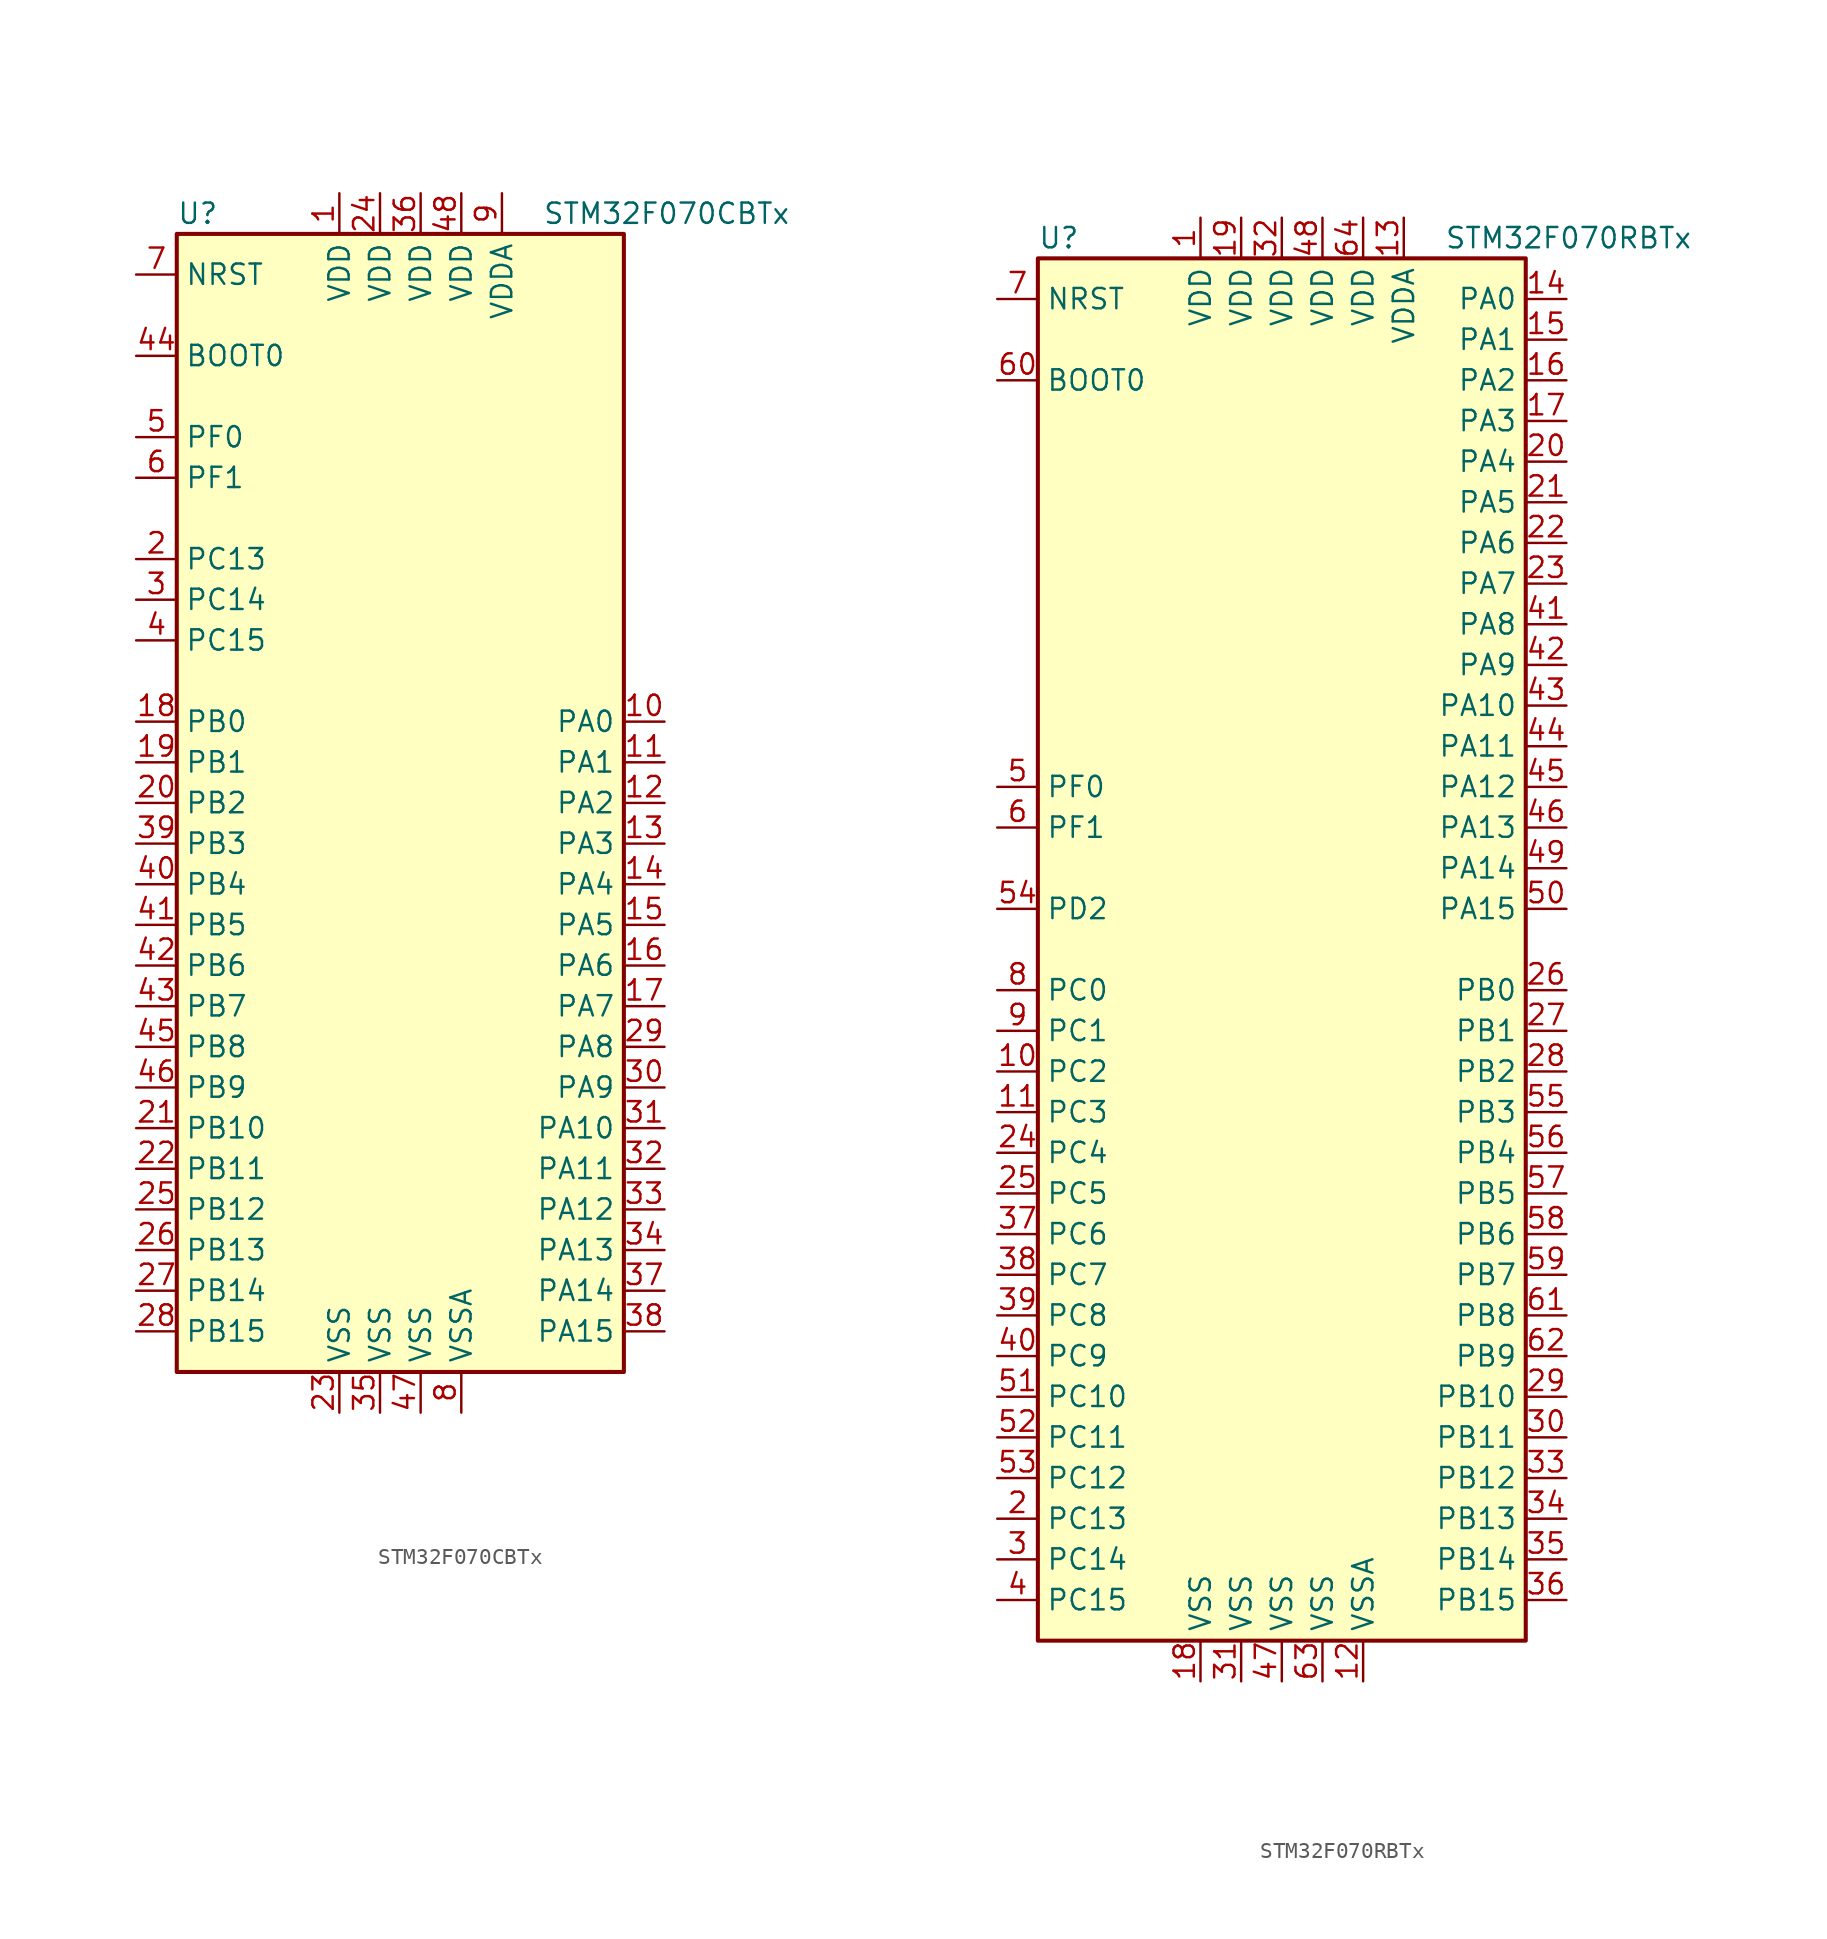
<source format=kicad_sym>
(kicad_symbol_lib
  (version 20201005)
  (generator kicad_symbol_editor)
  (symbol "STM32F070CBTx"
    (property "Reference" "U"
      (at -15.24 36.83 0)
      (effects (font (size 1.27 1.27)) (justify left)))
    (property "Value" "STM32F070CBTx"
      (at 7.62 36.83 0)
      (effects (font (size 1.27 1.27)) (justify left)))
    (symbol "STM32F070CBTx_0_1"
      (rectangle (start -15.24 -35.56) (end 12.7 35.56) (stroke (width 0.254)) (fill (type background))))
    (symbol "STM32F070CBTx_1_1"
      (pin input line (at -17.78 27.94 0) (length 2.54) (name "BOOT0" (effects (font (size 1.27 1.27)))) (number "44" (effects (font (size 1.27 1.27)))))
      (pin input line (at -17.78 33.02 0) (length 2.54) (name "NRST" (effects (font (size 1.27 1.27)))) (number "7" (effects (font (size 1.27 1.27)))))
      (pin bidirectional line (at 15.24 5.08 180) (length 2.54) (name "PA0" (effects (font (size 1.27 1.27)))) (number "10" (effects (font (size 1.27 1.27)))))
      (pin bidirectional line (at 15.24 2.54 180) (length 2.54) (name "PA1" (effects (font (size 1.27 1.27)))) (number "11" (effects (font (size 1.27 1.27)))))
      (pin bidirectional line (at 15.24 -20.32 180) (length 2.54) (name "PA10" (effects (font (size 1.27 1.27)))) (number "31" (effects (font (size 1.27 1.27)))))
      (pin bidirectional line (at 15.24 -22.86 180) (length 2.54) (name "PA11" (effects (font (size 1.27 1.27)))) (number "32" (effects (font (size 1.27 1.27)))))
      (pin bidirectional line (at 15.24 -25.4 180) (length 2.54) (name "PA12" (effects (font (size 1.27 1.27)))) (number "33" (effects (font (size 1.27 1.27)))))
      (pin bidirectional line (at 15.24 -27.94 180) (length 2.54) (name "PA13" (effects (font (size 1.27 1.27)))) (number "34" (effects (font (size 1.27 1.27)))))
      (pin bidirectional line (at 15.24 -30.48 180) (length 2.54) (name "PA14" (effects (font (size 1.27 1.27)))) (number "37" (effects (font (size 1.27 1.27)))))
      (pin bidirectional line (at 15.24 -33.02 180) (length 2.54) (name "PA15" (effects (font (size 1.27 1.27)))) (number "38" (effects (font (size 1.27 1.27)))))
      (pin bidirectional line (at 15.24 0 180) (length 2.54) (name "PA2" (effects (font (size 1.27 1.27)))) (number "12" (effects (font (size 1.27 1.27)))))
      (pin bidirectional line (at 15.24 -2.54 180) (length 2.54) (name "PA3" (effects (font (size 1.27 1.27)))) (number "13" (effects (font (size 1.27 1.27)))))
      (pin bidirectional line (at 15.24 -5.08 180) (length 2.54) (name "PA4" (effects (font (size 1.27 1.27)))) (number "14" (effects (font (size 1.27 1.27)))))
      (pin bidirectional line (at 15.24 -7.62 180) (length 2.54) (name "PA5" (effects (font (size 1.27 1.27)))) (number "15" (effects (font (size 1.27 1.27)))))
      (pin bidirectional line (at 15.24 -10.16 180) (length 2.54) (name "PA6" (effects (font (size 1.27 1.27)))) (number "16" (effects (font (size 1.27 1.27)))))
      (pin bidirectional line (at 15.24 -12.7 180) (length 2.54) (name "PA7" (effects (font (size 1.27 1.27)))) (number "17" (effects (font (size 1.27 1.27)))))
      (pin bidirectional line (at 15.24 -15.24 180) (length 2.54) (name "PA8" (effects (font (size 1.27 1.27)))) (number "29" (effects (font (size 1.27 1.27)))))
      (pin bidirectional line (at 15.24 -17.78 180) (length 2.54) (name "PA9" (effects (font (size 1.27 1.27)))) (number "30" (effects (font (size 1.27 1.27)))))
      (pin bidirectional line (at -17.78 5.08 0) (length 2.54) (name "PB0" (effects (font (size 1.27 1.27)))) (number "18" (effects (font (size 1.27 1.27)))))
      (pin bidirectional line (at -17.78 2.54 0) (length 2.54) (name "PB1" (effects (font (size 1.27 1.27)))) (number "19" (effects (font (size 1.27 1.27)))))
      (pin bidirectional line (at -17.78 -20.32 0) (length 2.54) (name "PB10" (effects (font (size 1.27 1.27)))) (number "21" (effects (font (size 1.27 1.27)))))
      (pin bidirectional line (at -17.78 -22.86 0) (length 2.54) (name "PB11" (effects (font (size 1.27 1.27)))) (number "22" (effects (font (size 1.27 1.27)))))
      (pin bidirectional line (at -17.78 -25.4 0) (length 2.54) (name "PB12" (effects (font (size 1.27 1.27)))) (number "25" (effects (font (size 1.27 1.27)))))
      (pin bidirectional line (at -17.78 -27.94 0) (length 2.54) (name "PB13" (effects (font (size 1.27 1.27)))) (number "26" (effects (font (size 1.27 1.27)))))
      (pin bidirectional line (at -17.78 -30.48 0) (length 2.54) (name "PB14" (effects (font (size 1.27 1.27)))) (number "27" (effects (font (size 1.27 1.27)))))
      (pin bidirectional line (at -17.78 -33.02 0) (length 2.54) (name "PB15" (effects (font (size 1.27 1.27)))) (number "28" (effects (font (size 1.27 1.27)))))
      (pin bidirectional line (at -17.78 0 0) (length 2.54) (name "PB2" (effects (font (size 1.27 1.27)))) (number "20" (effects (font (size 1.27 1.27)))))
      (pin bidirectional line (at -17.78 -2.54 0) (length 2.54) (name "PB3" (effects (font (size 1.27 1.27)))) (number "39" (effects (font (size 1.27 1.27)))))
      (pin bidirectional line (at -17.78 -5.08 0) (length 2.54) (name "PB4" (effects (font (size 1.27 1.27)))) (number "40" (effects (font (size 1.27 1.27)))))
      (pin bidirectional line (at -17.78 -7.62 0) (length 2.54) (name "PB5" (effects (font (size 1.27 1.27)))) (number "41" (effects (font (size 1.27 1.27)))))
      (pin bidirectional line (at -17.78 -10.16 0) (length 2.54) (name "PB6" (effects (font (size 1.27 1.27)))) (number "42" (effects (font (size 1.27 1.27)))))
      (pin bidirectional line (at -17.78 -12.7 0) (length 2.54) (name "PB7" (effects (font (size 1.27 1.27)))) (number "43" (effects (font (size 1.27 1.27)))))
      (pin bidirectional line (at -17.78 -15.24 0) (length 2.54) (name "PB8" (effects (font (size 1.27 1.27)))) (number "45" (effects (font (size 1.27 1.27)))))
      (pin bidirectional line (at -17.78 -17.78 0) (length 2.54) (name "PB9" (effects (font (size 1.27 1.27)))) (number "46" (effects (font (size 1.27 1.27)))))
      (pin bidirectional line (at -17.78 15.24 0) (length 2.54) (name "PC13" (effects (font (size 1.27 1.27)))) (number "2" (effects (font (size 1.27 1.27)))))
      (pin bidirectional line (at -17.78 12.7 0) (length 2.54) (name "PC14" (effects (font (size 1.27 1.27)))) (number "3" (effects (font (size 1.27 1.27)))))
      (pin bidirectional line (at -17.78 10.16 0) (length 2.54) (name "PC15" (effects (font (size 1.27 1.27)))) (number "4" (effects (font (size 1.27 1.27)))))
      (pin input line (at -17.78 22.86 0) (length 2.54) (name "PF0" (effects (font (size 1.27 1.27)))) (number "5" (effects (font (size 1.27 1.27)))))
      (pin input line (at -17.78 20.32 0) (length 2.54) (name "PF1" (effects (font (size 1.27 1.27)))) (number "6" (effects (font (size 1.27 1.27)))))
      (pin power_in line (at -5.08 38.1 270) (length 2.54) (name "VDD" (effects (font (size 1.27 1.27)))) (number "1" (effects (font (size 1.27 1.27)))))
      (pin power_in line (at -2.54 38.1 270) (length 2.54) (name "VDD" (effects (font (size 1.27 1.27)))) (number "24" (effects (font (size 1.27 1.27)))))
      (pin power_in line (at 0 38.1 270) (length 2.54) (name "VDD" (effects (font (size 1.27 1.27)))) (number "36" (effects (font (size 1.27 1.27)))))
      (pin power_in line (at 2.54 38.1 270) (length 2.54) (name "VDD" (effects (font (size 1.27 1.27)))) (number "48" (effects (font (size 1.27 1.27)))))
      (pin power_in line (at 5.08 38.1 270) (length 2.54) (name "VDDA" (effects (font (size 1.27 1.27)))) (number "9" (effects (font (size 1.27 1.27)))))
      (pin power_in line (at -5.08 -38.1 90) (length 2.54) (name "VSS" (effects (font (size 1.27 1.27)))) (number "23" (effects (font (size 1.27 1.27)))))
      (pin power_in line (at -2.54 -38.1 90) (length 2.54) (name "VSS" (effects (font (size 1.27 1.27)))) (number "35" (effects (font (size 1.27 1.27)))))
      (pin power_in line (at 0 -38.1 90) (length 2.54) (name "VSS" (effects (font (size 1.27 1.27)))) (number "47" (effects (font (size 1.27 1.27)))))
      (pin power_in line (at 2.54 -38.1 90) (length 2.54) (name "VSSA" (effects (font (size 1.27 1.27)))) (number "8" (effects (font (size 1.27 1.27)))))))
  (symbol "STM32F070RBTx"
    (property "Reference" "U"
      (at -15.24 44.45 0)
      (effects (font (size 1.27 1.27)) (justify left)))
    (property "Value" "STM32F070RBTx"
      (at 10.16 44.45 0)
      (effects (font (size 1.27 1.27)) (justify left)))
    (symbol "STM32F070RBTx_0_1"
      (rectangle (start -15.24 -43.18) (end 15.24 43.18) (stroke (width 0.254)) (fill (type background))))
    (symbol "STM32F070RBTx_1_1"
      (pin input line (at -17.78 35.56 0) (length 2.54) (name "BOOT0" (effects (font (size 1.27 1.27)))) (number "60" (effects (font (size 1.27 1.27)))))
      (pin input line (at -17.78 40.64 0) (length 2.54) (name "NRST" (effects (font (size 1.27 1.27)))) (number "7" (effects (font (size 1.27 1.27)))))
      (pin bidirectional line (at 17.78 40.64 180) (length 2.54) (name "PA0" (effects (font (size 1.27 1.27)))) (number "14" (effects (font (size 1.27 1.27)))))
      (pin bidirectional line (at 17.78 38.1 180) (length 2.54) (name "PA1" (effects (font (size 1.27 1.27)))) (number "15" (effects (font (size 1.27 1.27)))))
      (pin bidirectional line (at 17.78 15.24 180) (length 2.54) (name "PA10" (effects (font (size 1.27 1.27)))) (number "43" (effects (font (size 1.27 1.27)))))
      (pin bidirectional line (at 17.78 12.7 180) (length 2.54) (name "PA11" (effects (font (size 1.27 1.27)))) (number "44" (effects (font (size 1.27 1.27)))))
      (pin bidirectional line (at 17.78 10.16 180) (length 2.54) (name "PA12" (effects (font (size 1.27 1.27)))) (number "45" (effects (font (size 1.27 1.27)))))
      (pin bidirectional line (at 17.78 7.62 180) (length 2.54) (name "PA13" (effects (font (size 1.27 1.27)))) (number "46" (effects (font (size 1.27 1.27)))))
      (pin bidirectional line (at 17.78 5.08 180) (length 2.54) (name "PA14" (effects (font (size 1.27 1.27)))) (number "49" (effects (font (size 1.27 1.27)))))
      (pin bidirectional line (at 17.78 2.54 180) (length 2.54) (name "PA15" (effects (font (size 1.27 1.27)))) (number "50" (effects (font (size 1.27 1.27)))))
      (pin bidirectional line (at 17.78 35.56 180) (length 2.54) (name "PA2" (effects (font (size 1.27 1.27)))) (number "16" (effects (font (size 1.27 1.27)))))
      (pin bidirectional line (at 17.78 33.02 180) (length 2.54) (name "PA3" (effects (font (size 1.27 1.27)))) (number "17" (effects (font (size 1.27 1.27)))))
      (pin bidirectional line (at 17.78 30.48 180) (length 2.54) (name "PA4" (effects (font (size 1.27 1.27)))) (number "20" (effects (font (size 1.27 1.27)))))
      (pin bidirectional line (at 17.78 27.94 180) (length 2.54) (name "PA5" (effects (font (size 1.27 1.27)))) (number "21" (effects (font (size 1.27 1.27)))))
      (pin bidirectional line (at 17.78 25.4 180) (length 2.54) (name "PA6" (effects (font (size 1.27 1.27)))) (number "22" (effects (font (size 1.27 1.27)))))
      (pin bidirectional line (at 17.78 22.86 180) (length 2.54) (name "PA7" (effects (font (size 1.27 1.27)))) (number "23" (effects (font (size 1.27 1.27)))))
      (pin bidirectional line (at 17.78 20.32 180) (length 2.54) (name "PA8" (effects (font (size 1.27 1.27)))) (number "41" (effects (font (size 1.27 1.27)))))
      (pin bidirectional line (at 17.78 17.78 180) (length 2.54) (name "PA9" (effects (font (size 1.27 1.27)))) (number "42" (effects (font (size 1.27 1.27)))))
      (pin bidirectional line (at 17.78 -2.54 180) (length 2.54) (name "PB0" (effects (font (size 1.27 1.27)))) (number "26" (effects (font (size 1.27 1.27)))))
      (pin bidirectional line (at 17.78 -5.08 180) (length 2.54) (name "PB1" (effects (font (size 1.27 1.27)))) (number "27" (effects (font (size 1.27 1.27)))))
      (pin bidirectional line (at 17.78 -27.94 180) (length 2.54) (name "PB10" (effects (font (size 1.27 1.27)))) (number "29" (effects (font (size 1.27 1.27)))))
      (pin bidirectional line (at 17.78 -30.48 180) (length 2.54) (name "PB11" (effects (font (size 1.27 1.27)))) (number "30" (effects (font (size 1.27 1.27)))))
      (pin bidirectional line (at 17.78 -33.02 180) (length 2.54) (name "PB12" (effects (font (size 1.27 1.27)))) (number "33" (effects (font (size 1.27 1.27)))))
      (pin bidirectional line (at 17.78 -35.56 180) (length 2.54) (name "PB13" (effects (font (size 1.27 1.27)))) (number "34" (effects (font (size 1.27 1.27)))))
      (pin bidirectional line (at 17.78 -38.1 180) (length 2.54) (name "PB14" (effects (font (size 1.27 1.27)))) (number "35" (effects (font (size 1.27 1.27)))))
      (pin bidirectional line (at 17.78 -40.64 180) (length 2.54) (name "PB15" (effects (font (size 1.27 1.27)))) (number "36" (effects (font (size 1.27 1.27)))))
      (pin bidirectional line (at 17.78 -7.62 180) (length 2.54) (name "PB2" (effects (font (size 1.27 1.27)))) (number "28" (effects (font (size 1.27 1.27)))))
      (pin bidirectional line (at 17.78 -10.16 180) (length 2.54) (name "PB3" (effects (font (size 1.27 1.27)))) (number "55" (effects (font (size 1.27 1.27)))))
      (pin bidirectional line (at 17.78 -12.7 180) (length 2.54) (name "PB4" (effects (font (size 1.27 1.27)))) (number "56" (effects (font (size 1.27 1.27)))))
      (pin bidirectional line (at 17.78 -15.24 180) (length 2.54) (name "PB5" (effects (font (size 1.27 1.27)))) (number "57" (effects (font (size 1.27 1.27)))))
      (pin bidirectional line (at 17.78 -17.78 180) (length 2.54) (name "PB6" (effects (font (size 1.27 1.27)))) (number "58" (effects (font (size 1.27 1.27)))))
      (pin bidirectional line (at 17.78 -20.32 180) (length 2.54) (name "PB7" (effects (font (size 1.27 1.27)))) (number "59" (effects (font (size 1.27 1.27)))))
      (pin bidirectional line (at 17.78 -22.86 180) (length 2.54) (name "PB8" (effects (font (size 1.27 1.27)))) (number "61" (effects (font (size 1.27 1.27)))))
      (pin bidirectional line (at 17.78 -25.4 180) (length 2.54) (name "PB9" (effects (font (size 1.27 1.27)))) (number "62" (effects (font (size 1.27 1.27)))))
      (pin bidirectional line (at -17.78 -2.54 0) (length 2.54) (name "PC0" (effects (font (size 1.27 1.27)))) (number "8" (effects (font (size 1.27 1.27)))))
      (pin bidirectional line (at -17.78 -5.08 0) (length 2.54) (name "PC1" (effects (font (size 1.27 1.27)))) (number "9" (effects (font (size 1.27 1.27)))))
      (pin bidirectional line (at -17.78 -27.94 0) (length 2.54) (name "PC10" (effects (font (size 1.27 1.27)))) (number "51" (effects (font (size 1.27 1.27)))))
      (pin bidirectional line (at -17.78 -30.48 0) (length 2.54) (name "PC11" (effects (font (size 1.27 1.27)))) (number "52" (effects (font (size 1.27 1.27)))))
      (pin bidirectional line (at -17.78 -33.02 0) (length 2.54) (name "PC12" (effects (font (size 1.27 1.27)))) (number "53" (effects (font (size 1.27 1.27)))))
      (pin bidirectional line (at -17.78 -35.56 0) (length 2.54) (name "PC13" (effects (font (size 1.27 1.27)))) (number "2" (effects (font (size 1.27 1.27)))))
      (pin bidirectional line (at -17.78 -38.1 0) (length 2.54) (name "PC14" (effects (font (size 1.27 1.27)))) (number "3" (effects (font (size 1.27 1.27)))))
      (pin bidirectional line (at -17.78 -40.64 0) (length 2.54) (name "PC15" (effects (font (size 1.27 1.27)))) (number "4" (effects (font (size 1.27 1.27)))))
      (pin bidirectional line (at -17.78 -7.62 0) (length 2.54) (name "PC2" (effects (font (size 1.27 1.27)))) (number "10" (effects (font (size 1.27 1.27)))))
      (pin bidirectional line (at -17.78 -10.16 0) (length 2.54) (name "PC3" (effects (font (size 1.27 1.27)))) (number "11" (effects (font (size 1.27 1.27)))))
      (pin bidirectional line (at -17.78 -12.7 0) (length 2.54) (name "PC4" (effects (font (size 1.27 1.27)))) (number "24" (effects (font (size 1.27 1.27)))))
      (pin bidirectional line (at -17.78 -15.24 0) (length 2.54) (name "PC5" (effects (font (size 1.27 1.27)))) (number "25" (effects (font (size 1.27 1.27)))))
      (pin bidirectional line (at -17.78 -17.78 0) (length 2.54) (name "PC6" (effects (font (size 1.27 1.27)))) (number "37" (effects (font (size 1.27 1.27)))))
      (pin bidirectional line (at -17.78 -20.32 0) (length 2.54) (name "PC7" (effects (font (size 1.27 1.27)))) (number "38" (effects (font (size 1.27 1.27)))))
      (pin bidirectional line (at -17.78 -22.86 0) (length 2.54) (name "PC8" (effects (font (size 1.27 1.27)))) (number "39" (effects (font (size 1.27 1.27)))))
      (pin bidirectional line (at -17.78 -25.4 0) (length 2.54) (name "PC9" (effects (font (size 1.27 1.27)))) (number "40" (effects (font (size 1.27 1.27)))))
      (pin bidirectional line (at -17.78 2.54 0) (length 2.54) (name "PD2" (effects (font (size 1.27 1.27)))) (number "54" (effects (font (size 1.27 1.27)))))
      (pin input line (at -17.78 10.16 0) (length 2.54) (name "PF0" (effects (font (size 1.27 1.27)))) (number "5" (effects (font (size 1.27 1.27)))))
      (pin input line (at -17.78 7.62 0) (length 2.54) (name "PF1" (effects (font (size 1.27 1.27)))) (number "6" (effects (font (size 1.27 1.27)))))
      (pin power_in line (at -5.08 45.72 270) (length 2.54) (name "VDD" (effects (font (size 1.27 1.27)))) (number "1" (effects (font (size 1.27 1.27)))))
      (pin power_in line (at -2.54 45.72 270) (length 2.54) (name "VDD" (effects (font (size 1.27 1.27)))) (number "19" (effects (font (size 1.27 1.27)))))
      (pin power_in line (at 0 45.72 270) (length 2.54) (name "VDD" (effects (font (size 1.27 1.27)))) (number "32" (effects (font (size 1.27 1.27)))))
      (pin power_in line (at 2.54 45.72 270) (length 2.54) (name "VDD" (effects (font (size 1.27 1.27)))) (number "48" (effects (font (size 1.27 1.27)))))
      (pin power_in line (at 5.08 45.72 270) (length 2.54) (name "VDD" (effects (font (size 1.27 1.27)))) (number "64" (effects (font (size 1.27 1.27)))))
      (pin power_in line (at 7.62 45.72 270) (length 2.54) (name "VDDA" (effects (font (size 1.27 1.27)))) (number "13" (effects (font (size 1.27 1.27)))))
      (pin power_in line (at -5.08 -45.72 90) (length 2.54) (name "VSS" (effects (font (size 1.27 1.27)))) (number "18" (effects (font (size 1.27 1.27)))))
      (pin power_in line (at -2.54 -45.72 90) (length 2.54) (name "VSS" (effects (font (size 1.27 1.27)))) (number "31" (effects (font (size 1.27 1.27)))))
      (pin power_in line (at 0 -45.72 90) (length 2.54) (name "VSS" (effects (font (size 1.27 1.27)))) (number "47" (effects (font (size 1.27 1.27)))))
      (pin power_in line (at 2.54 -45.72 90) (length 2.54) (name "VSS" (effects (font (size 1.27 1.27)))) (number "63" (effects (font (size 1.27 1.27)))))
      (pin power_in line (at 5.08 -45.72 90) (length 2.54) (name "VSSA" (effects (font (size 1.27 1.27)))) (number "12" (effects (font (size 1.27 1.27))))))))
</source>
